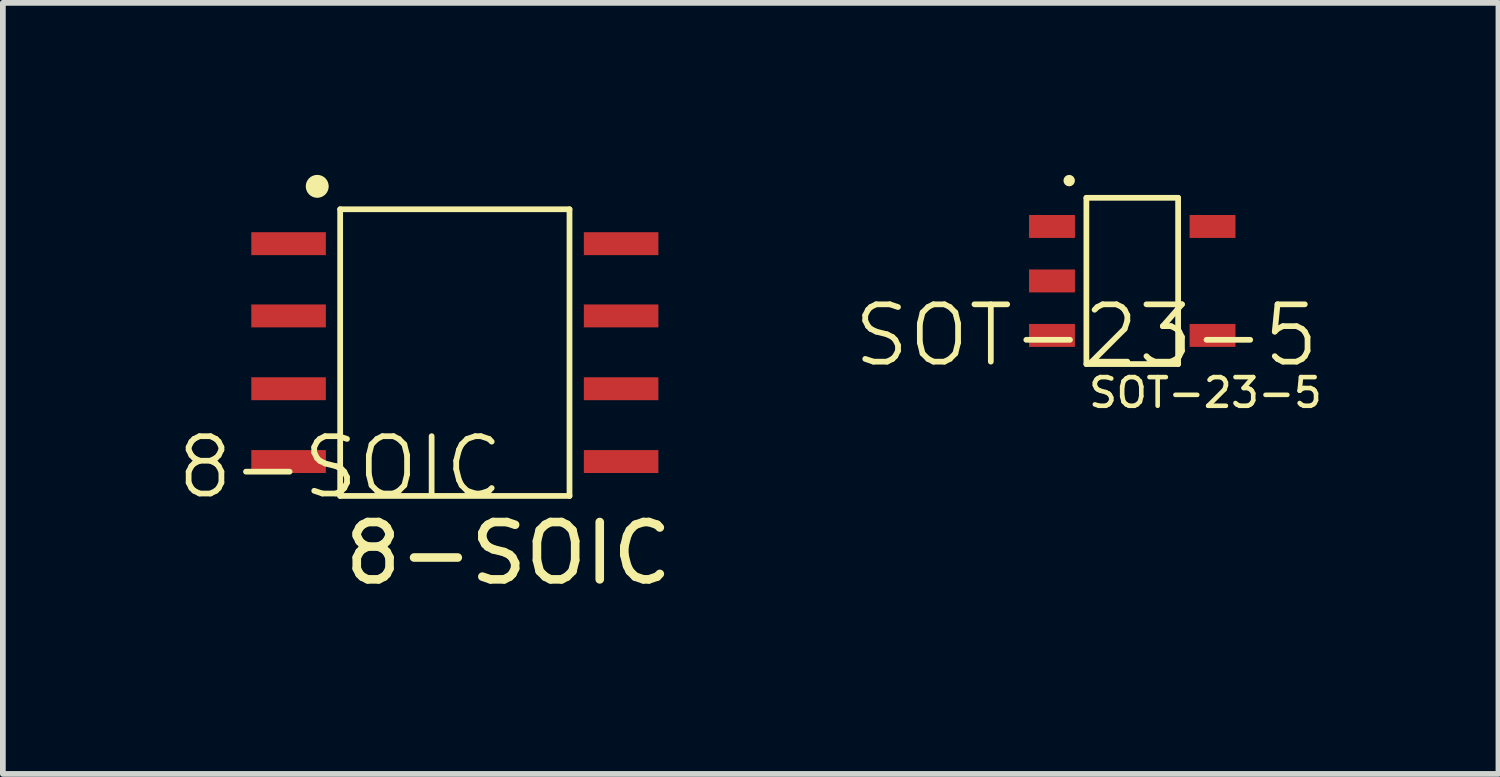
<source format=kicad_pcb>
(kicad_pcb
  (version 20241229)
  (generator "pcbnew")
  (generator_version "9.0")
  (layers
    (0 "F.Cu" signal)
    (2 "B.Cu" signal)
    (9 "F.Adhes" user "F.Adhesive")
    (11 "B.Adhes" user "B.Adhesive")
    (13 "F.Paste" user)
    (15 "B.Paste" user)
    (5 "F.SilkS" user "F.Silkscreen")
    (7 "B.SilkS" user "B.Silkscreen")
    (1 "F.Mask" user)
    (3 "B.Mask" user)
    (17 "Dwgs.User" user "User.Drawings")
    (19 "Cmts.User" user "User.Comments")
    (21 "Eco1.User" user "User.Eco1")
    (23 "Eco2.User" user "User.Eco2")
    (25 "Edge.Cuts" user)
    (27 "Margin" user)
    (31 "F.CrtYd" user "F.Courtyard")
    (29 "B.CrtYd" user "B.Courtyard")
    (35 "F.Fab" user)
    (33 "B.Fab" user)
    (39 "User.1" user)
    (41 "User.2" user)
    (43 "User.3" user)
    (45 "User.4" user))
  (footprint "8-SOIC"
    (layer "F.Cu")
    (at 2.883 5.6)
    (property "Reference" "8-SOIC" (at 0 -0.5 0) (unlocked yes) (layer "F.SilkS") (effects (font (size 1 1) (thickness 0.1))))
    (attr smd)
    (fp_line (start 0 -5) (end 0 0) (stroke (width 0.1) (type default)) (layer "F.SilkS"))
    (fp_line (start 0 0) (end 4 0) (stroke (width 0.1) (type default)) (layer "F.SilkS"))
    (fp_line (start 4 -5) (end 0 -5) (stroke (width 0.1) (type default)) (layer "F.SilkS"))
    (fp_line (start 4 0) (end 4 -5) (stroke (width 0.1) (type default)) (layer "F.SilkS"))
    (fp_circle (center -0.4 -5.4) (end -0.3 -5.4) (stroke (width 0.2) (type solid)) (fill no) (layer "F.SilkS"))
    (fp_text user "${REFERENCE}" (at 0 1 0) (unlocked yes) (layer "F.SilkS") (effects (font (size 1 1) (thickness 0.15)) (justify left)))
    (pad "1" smd rect (at -0.9 -4.4) (size 1.3 0.4) (layers "F.Cu" "F.Mask" "F.Paste"))
    (pad "2" smd rect (at -0.9 -3.14) (size 1.3 0.4) (layers "F.Cu" "F.Mask" "F.Paste"))
    (pad "3" smd rect (at -0.9 -1.87) (size 1.3 0.4) (layers "F.Cu" "F.Mask" "F.Paste"))
    (pad "4" smd rect (at -0.9 -0.6) (size 1.3 0.4) (layers "F.Cu" "F.Mask" "F.Paste"))
    (pad "5" smd rect (at 4.9 -0.6) (size 1.3 0.4) (layers "F.Cu" "F.Mask" "F.Paste"))
    (pad "6" smd rect (at 4.9 -1.87) (size 1.3 0.4) (layers "F.Cu" "F.Mask" "F.Paste"))
    (pad "7" smd rect (at 4.9 -3.14) (size 1.3 0.4) (layers "F.Cu" "F.Mask" "F.Paste"))
    (pad "8" smd rect (at 4.9 -4.4) (size 1.3 0.4) (layers "F.Cu" "F.Mask" "F.Paste")))
  (footprint "SOT-23-5"
    (layer "F.Cu")
    (at 15.898 3.3)
    (property "Reference" "SOT-23-5" (at 0 -0.5 0) (unlocked yes) (layer "F.SilkS") (effects (font (size 1 1) (thickness 0.1))))
    (attr smd)
    (fp_line (start 0 -2.9) (end 0 0) (stroke (width 0.1) (type default)) (layer "F.SilkS"))
    (fp_line (start 0 0) (end 1.6 0) (stroke (width 0.1) (type default)) (layer "F.SilkS"))
    (fp_line (start 1.6 -2.9) (end 0 -2.9) (stroke (width 0.1) (type default)) (layer "F.SilkS"))
    (fp_line (start 1.6 0) (end 1.6 -2.9) (stroke (width 0.1) (type default)) (layer "F.SilkS"))
    (fp_circle (center -0.3 -3.2) (end -0.25 -3.2) (stroke (width 0.1) (type solid)) (fill no) (layer "F.SilkS"))
    (fp_text user "${REFERENCE}" (at 0 0.5 0) (unlocked yes) (layer "F.SilkS") (effects (font (size 0.5 0.5) (thickness 0.08)) (justify left)))
    (pad "1" smd rect (at -0.6 -2.4) (size 0.8 0.4) (layers "F.Cu" "F.Mask" "F.Paste"))
    (pad "2" smd rect (at -0.6 -1.45) (size 0.8 0.4) (layers "F.Cu" "F.Mask" "F.Paste"))
    (pad "3" smd rect (at -0.6 -0.5) (size 0.8 0.4) (layers "F.Cu" "F.Mask" "F.Paste"))
    (pad "4" smd rect (at 2.2 -0.5) (size 0.8 0.4) (layers "F.Cu" "F.Mask" "F.Paste"))
    (pad "5" smd rect (at 2.2 -2.4) (size 0.8 0.4) (layers "F.Cu" "F.Mask" "F.Paste")))
  (gr_rect
    (start -3 -3)
    (end 23.085 10.448)
    (stroke (width 0.1) (type default))
    (fill no)
    (layer "Edge.Cuts")))
</source>
